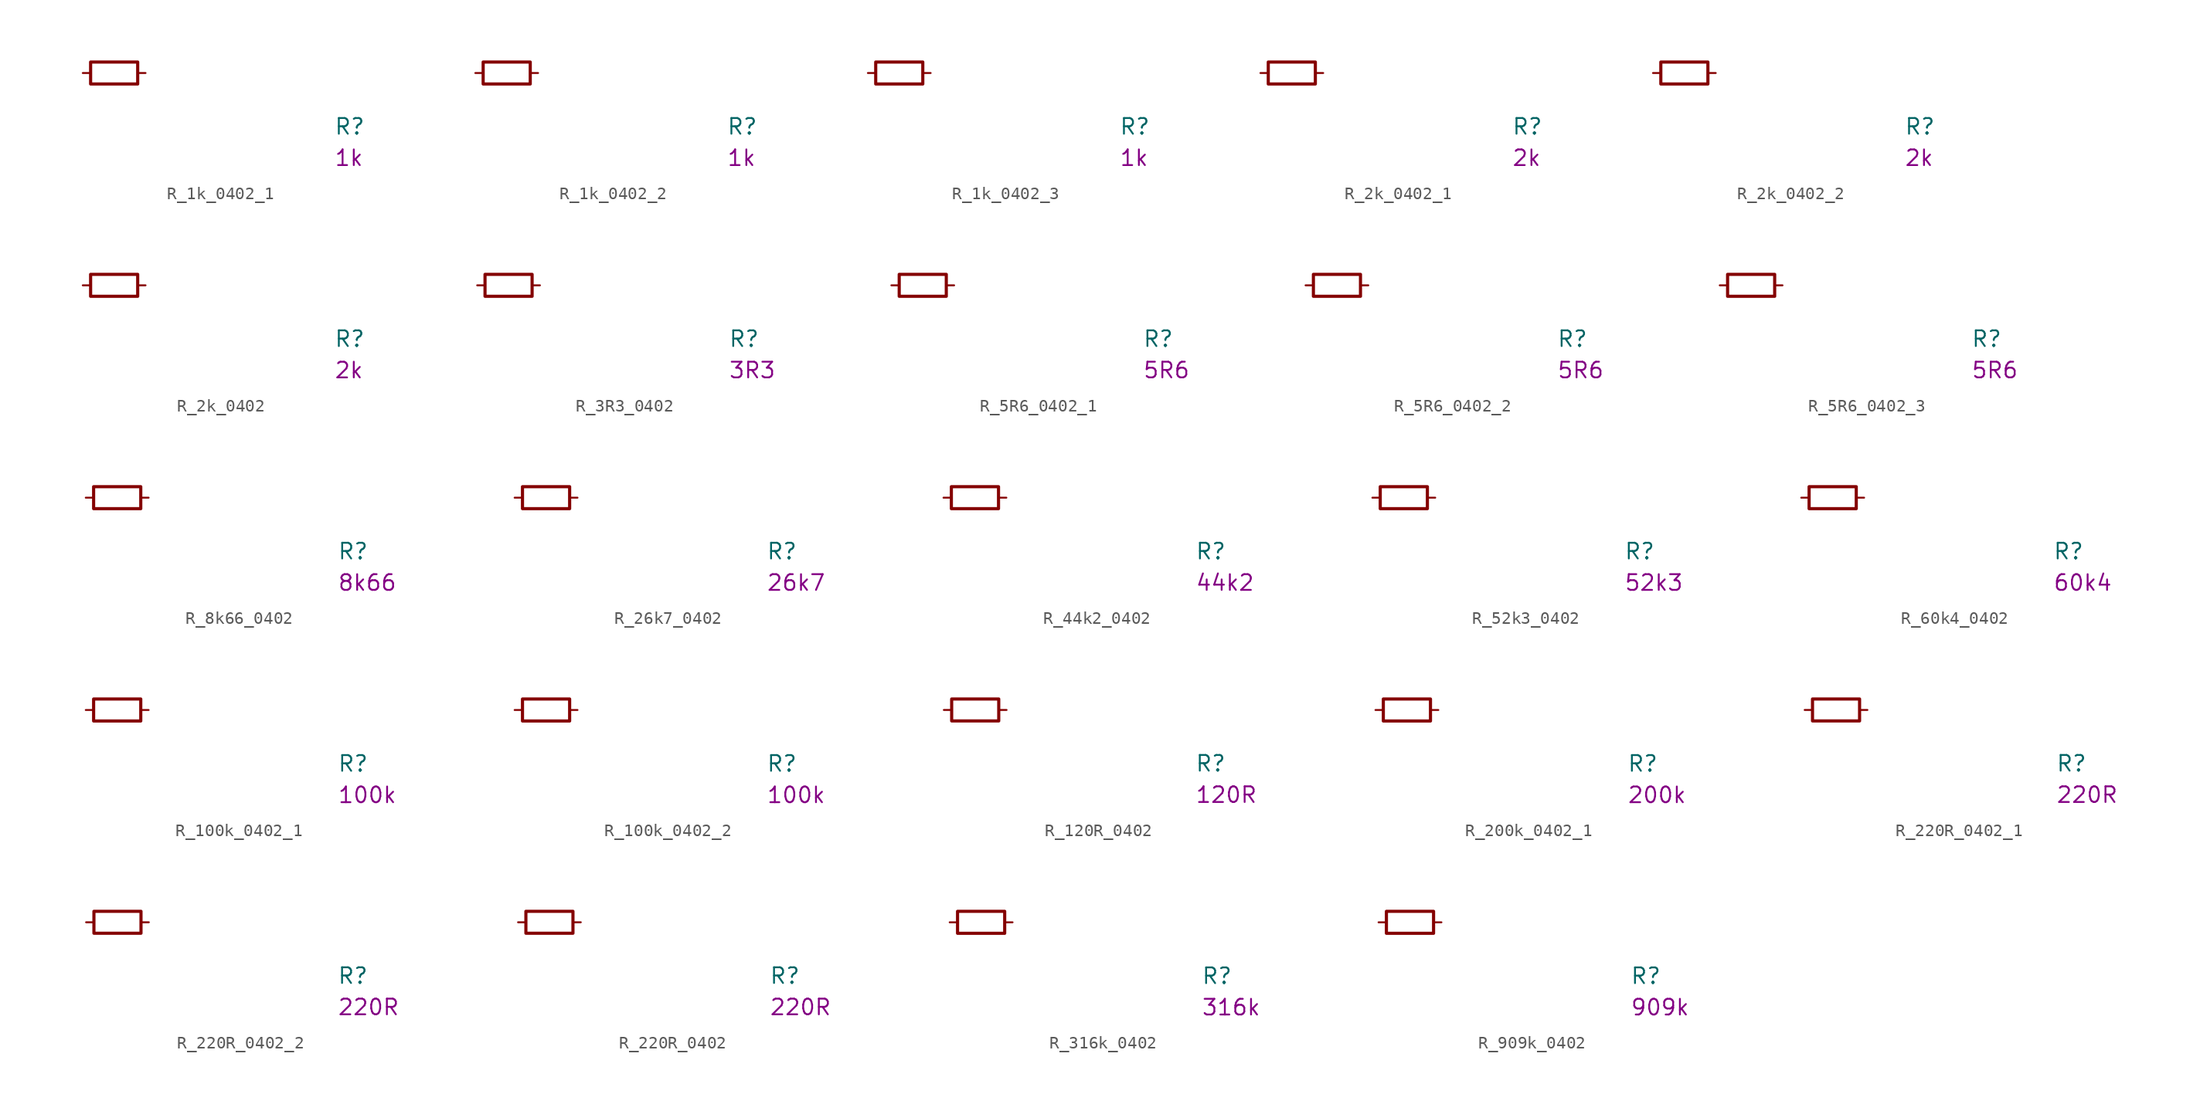
<source format=kicad_sym>
(kicad_symbol_lib
  (version 20231120)
  (generator "kicad_symbol_editor")
  (generator_version "8.0")
  (symbol "R_1k_0402_1"
    (pin_numbers hide)
    (pin_names hide)
    (property "Reference" "R"
      (at 20.32 -5.08 0)
      (effects (font (size 1.27 1.27) (thickness 0.15)) (justify left bottom)))
    (property "Val" "1k"
      (at 20.32 -7.62 0)
      (effects (font (size 1.27 1.27) (thickness 0.15)) (justify left bottom)))
    (symbol "R_1k_0402_1_0_1"
      (rectangle (start 0.635 0.889) (end 4.445 -0.889) (stroke (width 0.254) (type default)) (fill (type none))))
    (symbol "R_1k_0402_1_1_1"
      (pin passive line (at 0 0 0) (length 0.635) (name "~" (effects (font (size 1.27 1.27)))) (number "1" (effects (font (size 1.27 1.27)))))
      (pin passive line (at 5.08 0 180) (length 0.635) (name "~" (effects (font (size 1.27 1.27)))) (number "2" (effects (font (size 1.27 1.27)))))))
  (symbol "R_1k_0402_2"
    (pin_numbers hide)
    (pin_names hide)
    (property "Reference" "R"
      (at 20.32 -5.08 0)
      (effects (font (size 1.27 1.27) (thickness 0.15)) (justify left bottom)))
    (property "Val" "1k"
      (at 20.32 -7.62 0)
      (effects (font (size 1.27 1.27) (thickness 0.15)) (justify left bottom)))
    (symbol "R_1k_0402_2_0_1"
      (rectangle (start 0.635 0.889) (end 4.445 -0.889) (stroke (width 0.254) (type default)) (fill (type none))))
    (symbol "R_1k_0402_2_1_1"
      (pin passive line (at 0 0 0) (length 0.635) (name "~" (effects (font (size 1.27 1.27)))) (number "1" (effects (font (size 1.27 1.27)))))
      (pin passive line (at 5.08 0 180) (length 0.635) (name "~" (effects (font (size 1.27 1.27)))) (number "2" (effects (font (size 1.27 1.27)))))))
  (symbol "R_1k_0402_3"
    (pin_numbers hide)
    (pin_names hide)
    (property "Reference" "R"
      (at 20.32 -5.08 0)
      (effects (font (size 1.27 1.27) (thickness 0.15)) (justify left bottom)))
    (property "Val" "1k"
      (at 20.32 -7.62 0)
      (effects (font (size 1.27 1.27) (thickness 0.15)) (justify left bottom)))
    (symbol "R_1k_0402_3_0_1"
      (rectangle (start 0.635 0.889) (end 4.445 -0.889) (stroke (width 0.254) (type default)) (fill (type none))))
    (symbol "R_1k_0402_3_1_1"
      (pin passive line (at 0 0 0) (length 0.635) (name "~" (effects (font (size 1.27 1.27)))) (number "1" (effects (font (size 1.27 1.27)))))
      (pin passive line (at 5.08 0 180) (length 0.635) (name "~" (effects (font (size 1.27 1.27)))) (number "2" (effects (font (size 1.27 1.27)))))))
  (symbol "R_2k_0402_1"
    (pin_numbers hide)
    (pin_names hide)
    (property "Reference" "R"
      (at 20.32 -5.08 0)
      (effects (font (size 1.27 1.27) (thickness 0.15)) (justify left bottom)))
    (property "Val" "2k"
      (at 20.32 -7.62 0)
      (effects (font (size 1.27 1.27) (thickness 0.15)) (justify left bottom)))
    (symbol "R_2k_0402_1_0_1"
      (rectangle (start 0.635 0.889) (end 4.445 -0.889) (stroke (width 0.254) (type default)) (fill (type none))))
    (symbol "R_2k_0402_1_1_1"
      (pin passive line (at 0 0 0) (length 0.635) (name "~" (effects (font (size 1.27 1.27)))) (number "1" (effects (font (size 1.27 1.27)))))
      (pin passive line (at 5.08 0 180) (length 0.635) (name "~" (effects (font (size 1.27 1.27)))) (number "2" (effects (font (size 1.27 1.27)))))))
  (symbol "R_2k_0402_2"
    (pin_numbers hide)
    (pin_names hide)
    (property "Reference" "R"
      (at 20.32 -5.08 0)
      (effects (font (size 1.27 1.27) (thickness 0.15)) (justify left bottom)))
    (property "Val" "2k"
      (at 20.32 -7.62 0)
      (effects (font (size 1.27 1.27) (thickness 0.15)) (justify left bottom)))
    (symbol "R_2k_0402_2_0_1"
      (rectangle (start 0.635 0.889) (end 4.445 -0.889) (stroke (width 0.254) (type default)) (fill (type none))))
    (symbol "R_2k_0402_2_1_1"
      (pin passive line (at 0 0 0) (length 0.635) (name "~" (effects (font (size 1.27 1.27)))) (number "1" (effects (font (size 1.27 1.27)))))
      (pin passive line (at 5.08 0 180) (length 0.635) (name "~" (effects (font (size 1.27 1.27)))) (number "2" (effects (font (size 1.27 1.27)))))))
  (symbol "R_2k_0402"
    (pin_numbers hide)
    (pin_names hide)
    (property "Reference" "R"
      (at 20.32 -5.08 0)
      (effects (font (size 1.27 1.27) (thickness 0.15)) (justify left bottom)))
    (property "Val" "2k"
      (at 20.32 -7.62 0)
      (effects (font (size 1.27 1.27) (thickness 0.15)) (justify left bottom)))
    (symbol "R_2k_0402_0_1"
      (rectangle (start 0.635 0.889) (end 4.445 -0.889) (stroke (width 0.254) (type default)) (fill (type none))))
    (symbol "R_2k_0402_1_1"
      (pin passive line (at 0 0 0) (length 0.635) (name "~" (effects (font (size 1.27 1.27)))) (number "1" (effects (font (size 1.27 1.27)))))
      (pin passive line (at 5.08 0 180) (length 0.635) (name "~" (effects (font (size 1.27 1.27)))) (number "2" (effects (font (size 1.27 1.27)))))))
  (symbol "R_3R3_0402"
    (pin_numbers hide)
    (pin_names hide)
    (property "Reference" "R"
      (at 20.32 -5.08 0)
      (effects (font (size 1.27 1.27) (thickness 0.15)) (justify left bottom)))
    (property "Val" "3R3"
      (at 20.32 -7.62 0)
      (effects (font (size 1.27 1.27) (thickness 0.15)) (justify left bottom)))
    (symbol "R_3R3_0402_0_1"
      (rectangle (start 0.635 0.889) (end 4.445 -0.889) (stroke (width 0.254) (type default)) (fill (type none))))
    (symbol "R_3R3_0402_1_1"
      (pin passive line (at 0 0 0) (length 0.635) (name "~" (effects (font (size 1.27 1.27)))) (number "1" (effects (font (size 1.27 1.27)))))
      (pin passive line (at 5.08 0 180) (length 0.635) (name "~" (effects (font (size 1.27 1.27)))) (number "2" (effects (font (size 1.27 1.27)))))))
  (symbol "R_5R6_0402_1"
    (pin_numbers hide)
    (pin_names hide)
    (property "Reference" "R"
      (at 20.32 -5.08 0)
      (effects (font (size 1.27 1.27) (thickness 0.15)) (justify left bottom)))
    (property "Val" "5R6"
      (at 20.32 -7.62 0)
      (effects (font (size 1.27 1.27) (thickness 0.15)) (justify left bottom)))
    (symbol "R_5R6_0402_1_0_1"
      (rectangle (start 0.635 0.889) (end 4.445 -0.889) (stroke (width 0.254) (type default)) (fill (type none))))
    (symbol "R_5R6_0402_1_1_1"
      (pin passive line (at 0 0 0) (length 0.635) (name "~" (effects (font (size 1.27 1.27)))) (number "1" (effects (font (size 1.27 1.27)))))
      (pin passive line (at 5.08 0 180) (length 0.635) (name "~" (effects (font (size 1.27 1.27)))) (number "2" (effects (font (size 1.27 1.27)))))))
  (symbol "R_5R6_0402_2"
    (pin_numbers hide)
    (pin_names hide)
    (property "Reference" "R"
      (at 20.32 -5.08 0)
      (effects (font (size 1.27 1.27) (thickness 0.15)) (justify left bottom)))
    (property "Val" "5R6"
      (at 20.32 -7.62 0)
      (effects (font (size 1.27 1.27) (thickness 0.15)) (justify left bottom)))
    (symbol "R_5R6_0402_2_0_1"
      (rectangle (start 0.635 0.889) (end 4.445 -0.889) (stroke (width 0.254) (type default)) (fill (type none))))
    (symbol "R_5R6_0402_2_1_1"
      (pin passive line (at 0 0 0) (length 0.635) (name "~" (effects (font (size 1.27 1.27)))) (number "1" (effects (font (size 1.27 1.27)))))
      (pin passive line (at 5.08 0 180) (length 0.635) (name "~" (effects (font (size 1.27 1.27)))) (number "2" (effects (font (size 1.27 1.27)))))))
  (symbol "R_5R6_0402_3"
    (pin_numbers hide)
    (pin_names hide)
    (property "Reference" "R"
      (at 20.32 -5.08 0)
      (effects (font (size 1.27 1.27) (thickness 0.15)) (justify left bottom)))
    (property "Val" "5R6"
      (at 20.32 -7.62 0)
      (effects (font (size 1.27 1.27) (thickness 0.15)) (justify left bottom)))
    (symbol "R_5R6_0402_3_0_1"
      (rectangle (start 0.635 0.889) (end 4.445 -0.889) (stroke (width 0.254) (type default)) (fill (type none))))
    (symbol "R_5R6_0402_3_1_1"
      (pin passive line (at 0 0 0) (length 0.635) (name "~" (effects (font (size 1.27 1.27)))) (number "1" (effects (font (size 1.27 1.27)))))
      (pin passive line (at 5.08 0 180) (length 0.635) (name "~" (effects (font (size 1.27 1.27)))) (number "2" (effects (font (size 1.27 1.27)))))))
  (symbol "R_8k66_0402"
    (pin_numbers hide)
    (pin_names hide)
    (property "Reference" "R"
      (at 20.32 -5.08 0)
      (effects (font (size 1.27 1.27) (thickness 0.15)) (justify left bottom)))
    (property "Val" "8k66"
      (at 20.32 -7.62 0)
      (effects (font (size 1.27 1.27) (thickness 0.15)) (justify left bottom)))
    (symbol "R_8k66_0402_0_1"
      (rectangle (start 0.635 0.889) (end 4.445 -0.889) (stroke (width 0.254) (type default)) (fill (type none))))
    (symbol "R_8k66_0402_1_1"
      (pin passive line (at 0 0 0) (length 0.635) (name "~" (effects (font (size 1.27 1.27)))) (number "1" (effects (font (size 1.27 1.27)))))
      (pin passive line (at 5.08 0 180) (length 0.635) (name "~" (effects (font (size 1.27 1.27)))) (number "2" (effects (font (size 1.27 1.27)))))))
  (symbol "R_26k7_0402"
    (pin_numbers hide)
    (pin_names hide)
    (property "Reference" "R"
      (at 20.32 -5.08 0)
      (effects (font (size 1.27 1.27) (thickness 0.15)) (justify left bottom)))
    (property "Val" "26k7"
      (at 20.32 -7.62 0)
      (effects (font (size 1.27 1.27) (thickness 0.15)) (justify left bottom)))
    (symbol "R_26k7_0402_0_1"
      (rectangle (start 0.635 0.889) (end 4.445 -0.889) (stroke (width 0.254) (type default)) (fill (type none))))
    (symbol "R_26k7_0402_1_1"
      (pin passive line (at 0 0 0) (length 0.635) (name "~" (effects (font (size 1.27 1.27)))) (number "1" (effects (font (size 1.27 1.27)))))
      (pin passive line (at 5.08 0 180) (length 0.635) (name "~" (effects (font (size 1.27 1.27)))) (number "2" (effects (font (size 1.27 1.27)))))))
  (symbol "R_44k2_0402"
    (pin_numbers hide)
    (pin_names hide)
    (property "Reference" "R"
      (at 20.32 -5.08 0)
      (effects (font (size 1.27 1.27) (thickness 0.15)) (justify left bottom)))
    (property "Val" "44k2"
      (at 20.32 -7.62 0)
      (effects (font (size 1.27 1.27) (thickness 0.15)) (justify left bottom)))
    (symbol "R_44k2_0402_0_1"
      (rectangle (start 0.635 0.889) (end 4.445 -0.889) (stroke (width 0.254) (type default)) (fill (type none))))
    (symbol "R_44k2_0402_1_1"
      (pin passive line (at 0 0 0) (length 0.635) (name "~" (effects (font (size 1.27 1.27)))) (number "1" (effects (font (size 1.27 1.27)))))
      (pin passive line (at 5.08 0 180) (length 0.635) (name "~" (effects (font (size 1.27 1.27)))) (number "2" (effects (font (size 1.27 1.27)))))))
  (symbol "R_52k3_0402"
    (pin_numbers hide)
    (pin_names hide)
    (property "Reference" "R"
      (at 20.32 -5.08 0)
      (effects (font (size 1.27 1.27) (thickness 0.15)) (justify left bottom)))
    (property "Val" "52k3"
      (at 20.32 -7.62 0)
      (effects (font (size 1.27 1.27) (thickness 0.15)) (justify left bottom)))
    (symbol "R_52k3_0402_0_1"
      (rectangle (start 0.635 0.889) (end 4.445 -0.889) (stroke (width 0.254) (type default)) (fill (type none))))
    (symbol "R_52k3_0402_1_1"
      (pin passive line (at 0 0 0) (length 0.635) (name "~" (effects (font (size 1.27 1.27)))) (number "1" (effects (font (size 1.27 1.27)))))
      (pin passive line (at 5.08 0 180) (length 0.635) (name "~" (effects (font (size 1.27 1.27)))) (number "2" (effects (font (size 1.27 1.27)))))))
  (symbol "R_60k4_0402"
    (pin_numbers hide)
    (pin_names hide)
    (property "Reference" "R"
      (at 20.32 -5.08 0)
      (effects (font (size 1.27 1.27) (thickness 0.15)) (justify left bottom)))
    (property "Val" "60k4"
      (at 20.32 -7.62 0)
      (effects (font (size 1.27 1.27) (thickness 0.15)) (justify left bottom)))
    (symbol "R_60k4_0402_0_1"
      (rectangle (start 0.635 0.889) (end 4.445 -0.889) (stroke (width 0.254) (type default)) (fill (type none))))
    (symbol "R_60k4_0402_1_1"
      (pin passive line (at 0 0 0) (length 0.635) (name "~" (effects (font (size 1.27 1.27)))) (number "1" (effects (font (size 1.27 1.27)))))
      (pin passive line (at 5.08 0 180) (length 0.635) (name "~" (effects (font (size 1.27 1.27)))) (number "2" (effects (font (size 1.27 1.27)))))))
  (symbol "R_100k_0402_1"
    (pin_numbers hide)
    (pin_names hide)
    (property "Reference" "R"
      (at 20.32 -5.08 0)
      (effects (font (size 1.27 1.27) (thickness 0.15)) (justify left bottom)))
    (property "Val" "100k"
      (at 20.32 -7.62 0)
      (effects (font (size 1.27 1.27) (thickness 0.15)) (justify left bottom)))
    (symbol "R_100k_0402_1_0_1"
      (rectangle (start 0.635 0.889) (end 4.445 -0.889) (stroke (width 0.254) (type default)) (fill (type none))))
    (symbol "R_100k_0402_1_1_1"
      (pin passive line (at 0 0 0) (length 0.635) (name "~" (effects (font (size 1.27 1.27)))) (number "1" (effects (font (size 1.27 1.27)))))
      (pin passive line (at 5.08 0 180) (length 0.635) (name "~" (effects (font (size 1.27 1.27)))) (number "2" (effects (font (size 1.27 1.27)))))))
  (symbol "R_100k_0402_2"
    (pin_numbers hide)
    (pin_names hide)
    (property "Reference" "R"
      (at 20.32 -5.08 0)
      (effects (font (size 1.27 1.27) (thickness 0.15)) (justify left bottom)))
    (property "Val" "100k"
      (at 20.32 -7.62 0)
      (effects (font (size 1.27 1.27) (thickness 0.15)) (justify left bottom)))
    (symbol "R_100k_0402_2_0_1"
      (rectangle (start 0.635 0.889) (end 4.445 -0.889) (stroke (width 0.254) (type default)) (fill (type none))))
    (symbol "R_100k_0402_2_1_1"
      (pin passive line (at 0 0 0) (length 0.635) (name "~" (effects (font (size 1.27 1.27)))) (number "1" (effects (font (size 1.27 1.27)))))
      (pin passive line (at 5.08 0 180) (length 0.635) (name "~" (effects (font (size 1.27 1.27)))) (number "2" (effects (font (size 1.27 1.27)))))))
  (symbol "R_120R_0402"
    (pin_numbers hide)
    (pin_names hide)
    (property "Reference" "R"
      (at 20.32 -5.08 0)
      (effects (font (size 1.27 1.27) (thickness 0.15)) (justify left bottom)))
    (property "Val" "120R"
      (at 20.32 -7.62 0)
      (effects (font (size 1.27 1.27) (thickness 0.15)) (justify left bottom)))
    (symbol "R_120R_0402_0_1"
      (rectangle (start 0.635 0.889) (end 4.445 -0.889) (stroke (width 0.254) (type default)) (fill (type none))))
    (symbol "R_120R_0402_1_1"
      (pin passive line (at 0 0 0) (length 0.635) (name "~" (effects (font (size 1.27 1.27)))) (number "1" (effects (font (size 1.27 1.27)))))
      (pin passive line (at 5.08 0 180) (length 0.635) (name "~" (effects (font (size 1.27 1.27)))) (number "2" (effects (font (size 1.27 1.27)))))))
  (symbol "R_200k_0402_1"
    (pin_numbers hide)
    (pin_names hide)
    (property "Reference" "R"
      (at 20.32 -5.08 0)
      (effects (font (size 1.27 1.27) (thickness 0.15)) (justify left bottom)))
    (property "Val" "200k"
      (at 20.32 -7.62 0)
      (effects (font (size 1.27 1.27) (thickness 0.15)) (justify left bottom)))
    (symbol "R_200k_0402_1_0_1"
      (rectangle (start 0.635 0.889) (end 4.445 -0.889) (stroke (width 0.254) (type default)) (fill (type none))))
    (symbol "R_200k_0402_1_1_1"
      (pin passive line (at 0 0 0) (length 0.635) (name "~" (effects (font (size 1.27 1.27)))) (number "1" (effects (font (size 1.27 1.27)))))
      (pin passive line (at 5.08 0 180) (length 0.635) (name "~" (effects (font (size 1.27 1.27)))) (number "2" (effects (font (size 1.27 1.27)))))))
  (symbol "R_220R_0402_1"
    (pin_numbers hide)
    (pin_names hide)
    (property "Reference" "R"
      (at 20.32 -5.08 0)
      (effects (font (size 1.27 1.27) (thickness 0.15)) (justify left bottom)))
    (property "Val" "220R"
      (at 20.32 -7.62 0)
      (effects (font (size 1.27 1.27) (thickness 0.15)) (justify left bottom)))
    (symbol "R_220R_0402_1_0_1"
      (rectangle (start 0.635 0.889) (end 4.445 -0.889) (stroke (width 0.254) (type default)) (fill (type none))))
    (symbol "R_220R_0402_1_1_1"
      (pin passive line (at 0 0 0) (length 0.635) (name "~" (effects (font (size 1.27 1.27)))) (number "1" (effects (font (size 1.27 1.27)))))
      (pin passive line (at 5.08 0 180) (length 0.635) (name "~" (effects (font (size 1.27 1.27)))) (number "2" (effects (font (size 1.27 1.27)))))))
  (symbol "R_220R_0402_2"
    (pin_numbers hide)
    (pin_names hide)
    (property "Reference" "R"
      (at 20.32 -5.08 0)
      (effects (font (size 1.27 1.27) (thickness 0.15)) (justify left bottom)))
    (property "Val" "220R"
      (at 20.32 -7.62 0)
      (effects (font (size 1.27 1.27) (thickness 0.15)) (justify left bottom)))
    (symbol "R_220R_0402_2_0_1"
      (rectangle (start 0.635 0.889) (end 4.445 -0.889) (stroke (width 0.254) (type default)) (fill (type none))))
    (symbol "R_220R_0402_2_1_1"
      (pin passive line (at 0 0 0) (length 0.635) (name "~" (effects (font (size 1.27 1.27)))) (number "1" (effects (font (size 1.27 1.27)))))
      (pin passive line (at 5.08 0 180) (length 0.635) (name "~" (effects (font (size 1.27 1.27)))) (number "2" (effects (font (size 1.27 1.27)))))))
  (symbol "R_220R_0402"
    (pin_numbers hide)
    (pin_names hide)
    (property "Reference" "R"
      (at 20.32 -5.08 0)
      (effects (font (size 1.27 1.27) (thickness 0.15)) (justify left bottom)))
    (property "Val" "220R"
      (at 20.32 -7.62 0)
      (effects (font (size 1.27 1.27) (thickness 0.15)) (justify left bottom)))
    (symbol "R_220R_0402_0_1"
      (rectangle (start 0.635 0.889) (end 4.445 -0.889) (stroke (width 0.254) (type default)) (fill (type none))))
    (symbol "R_220R_0402_1_1"
      (pin passive line (at 0 0 0) (length 0.635) (name "~" (effects (font (size 1.27 1.27)))) (number "1" (effects (font (size 1.27 1.27)))))
      (pin passive line (at 5.08 0 180) (length 0.635) (name "~" (effects (font (size 1.27 1.27)))) (number "2" (effects (font (size 1.27 1.27)))))))
  (symbol "R_316k_0402"
    (pin_numbers hide)
    (pin_names hide)
    (property "Reference" "R"
      (at 20.32 -5.08 0)
      (effects (font (size 1.27 1.27) (thickness 0.15)) (justify left bottom)))
    (property "Val" "316k"
      (at 20.32 -7.62 0)
      (effects (font (size 1.27 1.27) (thickness 0.15)) (justify left bottom)))
    (symbol "R_316k_0402_0_1"
      (rectangle (start 0.635 0.889) (end 4.445 -0.889) (stroke (width 0.254) (type default)) (fill (type none))))
    (symbol "R_316k_0402_1_1"
      (pin passive line (at 0 0 0) (length 0.635) (name "~" (effects (font (size 1.27 1.27)))) (number "1" (effects (font (size 1.27 1.27)))))
      (pin passive line (at 5.08 0 180) (length 0.635) (name "~" (effects (font (size 1.27 1.27)))) (number "2" (effects (font (size 1.27 1.27)))))))
  (symbol "R_909k_0402"
    (pin_numbers hide)
    (pin_names hide)
    (property "Reference" "R"
      (at 20.32 -5.08 0)
      (effects (font (size 1.27 1.27) (thickness 0.15)) (justify left bottom)))
    (property "Val" "909k"
      (at 20.32 -7.62 0)
      (effects (font (size 1.27 1.27) (thickness 0.15)) (justify left bottom)))
    (symbol "R_909k_0402_0_1"
      (rectangle (start 0.635 0.889) (end 4.445 -0.889) (stroke (width 0.254) (type default)) (fill (type none))))
    (symbol "R_909k_0402_1_1"
      (pin passive line (at 0 0 0) (length 0.635) (name "~" (effects (font (size 1.27 1.27)))) (number "1" (effects (font (size 1.27 1.27)))))
      (pin passive line (at 5.08 0 180) (length 0.635) (name "~" (effects (font (size 1.27 1.27)))) (number "2" (effects (font (size 1.27 1.27))))))))
</source>
